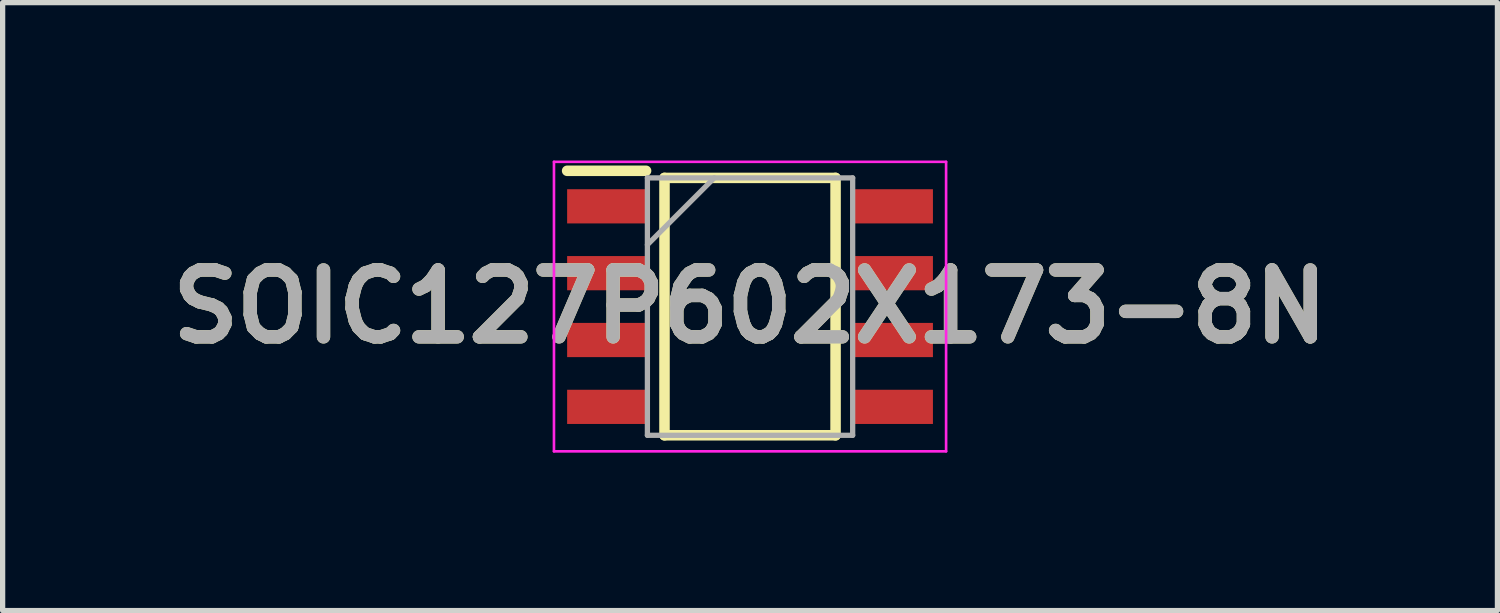
<source format=kicad_pcb>
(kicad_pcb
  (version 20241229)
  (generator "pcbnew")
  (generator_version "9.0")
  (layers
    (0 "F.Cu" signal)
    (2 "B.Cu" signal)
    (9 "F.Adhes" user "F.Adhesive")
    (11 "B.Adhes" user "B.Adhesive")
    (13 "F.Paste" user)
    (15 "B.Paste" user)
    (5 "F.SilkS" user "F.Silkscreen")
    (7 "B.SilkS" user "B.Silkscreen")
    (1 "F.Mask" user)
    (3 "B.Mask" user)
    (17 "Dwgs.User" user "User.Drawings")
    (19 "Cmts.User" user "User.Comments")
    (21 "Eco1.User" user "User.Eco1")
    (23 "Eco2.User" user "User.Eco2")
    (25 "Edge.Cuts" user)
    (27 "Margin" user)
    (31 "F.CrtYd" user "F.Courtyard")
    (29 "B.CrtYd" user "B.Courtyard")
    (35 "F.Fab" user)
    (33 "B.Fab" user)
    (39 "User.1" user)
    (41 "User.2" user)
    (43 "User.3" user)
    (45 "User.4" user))
  (footprint "SOIC127P602X173-8N"
    (layer "F.Cu")
    (at 11.2 2.775)
    (property "Reference" "SOIC127P602X173-8N" (at 0 0 0) (layer "F.SilkS") (effects (font (size 1.27 1.27) (thickness 0.254))))
    (attr smd)
    (fp_line (start -3.475 -2.58) (end -1.975 -2.58) (stroke (width 0.2) (type solid)) (layer "F.SilkS"))
    (fp_line (start -1.625 -2.445) (end 1.625 -2.445) (stroke (width 0.2) (type solid)) (layer "F.SilkS"))
    (fp_line (start -1.625 2.445) (end -1.625 -2.445) (stroke (width 0.2) (type solid)) (layer "F.SilkS"))
    (fp_line (start 1.625 -2.445) (end 1.625 2.445) (stroke (width 0.2) (type solid)) (layer "F.SilkS"))
    (fp_line (start 1.625 2.445) (end -1.625 2.445) (stroke (width 0.2) (type solid)) (layer "F.SilkS"))
    (fp_line (start -3.725 -2.75) (end 3.725 -2.75) (stroke (width 0.05) (type solid)) (layer "F.CrtYd"))
    (fp_line (start -3.725 2.75) (end -3.725 -2.75) (stroke (width 0.05) (type solid)) (layer "F.CrtYd"))
    (fp_line (start 3.725 -2.75) (end 3.725 2.75) (stroke (width 0.05) (type solid)) (layer "F.CrtYd"))
    (fp_line (start 3.725 2.75) (end -3.725 2.75) (stroke (width 0.05) (type solid)) (layer "F.CrtYd"))
    (fp_line (start -1.95 -2.445) (end 1.95 -2.445) (stroke (width 0.1) (type solid)) (layer "F.Fab"))
    (fp_line (start -1.95 -1.175) (end -0.68 -2.445) (stroke (width 0.1) (type solid)) (layer "F.Fab"))
    (fp_line (start -1.95 2.445) (end -1.95 -2.445) (stroke (width 0.1) (type solid)) (layer "F.Fab"))
    (fp_line (start 1.95 -2.445) (end 1.95 2.445) (stroke (width 0.1) (type solid)) (layer "F.Fab"))
    (fp_line (start 1.95 2.445) (end -1.95 2.445) (stroke (width 0.1) (type solid)) (layer "F.Fab"))
    (fp_text user "${REFERENCE}" (at 0 0 0) (layer "F.Fab") (effects (font (size 1.27 1.27) (thickness 0.254))))
    (pad "1" smd rect (at -2.725 -1.905 90) (size 0.65 1.5) (layers "F.Cu" "F.Mask" "F.Paste"))
    (pad "2" smd rect (at -2.725 -0.635 90) (size 0.65 1.5) (layers "F.Cu" "F.Mask" "F.Paste"))
    (pad "3" smd rect (at -2.725 0.635 90) (size 0.65 1.5) (layers "F.Cu" "F.Mask" "F.Paste"))
    (pad "4" smd rect (at -2.725 1.905 90) (size 0.65 1.5) (layers "F.Cu" "F.Mask" "F.Paste"))
    (pad "5" smd rect (at 2.725 1.905 90) (size 0.65 1.5) (layers "F.Cu" "F.Mask" "F.Paste"))
    (pad "6" smd rect (at 2.725 0.635 90) (size 0.65 1.5) (layers "F.Cu" "F.Mask" "F.Paste"))
    (pad "7" smd rect (at 2.725 -0.635 90) (size 0.65 1.5) (layers "F.Cu" "F.Mask" "F.Paste"))
    (pad "8" smd rect (at 2.725 -1.905 90) (size 0.65 1.5) (layers "F.Cu" "F.Mask" "F.Paste")))
  (gr_rect
    (start -3 -3)
    (end 25.4 8.55)
    (stroke (width 0.1) (type default))
    (fill no)
    (layer "Edge.Cuts")))
</source>
